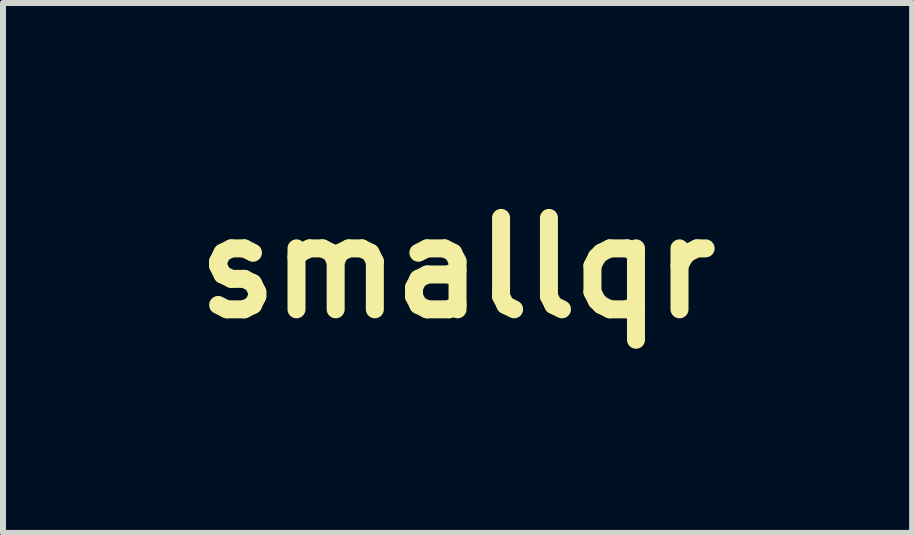
<source format=kicad_pcb>
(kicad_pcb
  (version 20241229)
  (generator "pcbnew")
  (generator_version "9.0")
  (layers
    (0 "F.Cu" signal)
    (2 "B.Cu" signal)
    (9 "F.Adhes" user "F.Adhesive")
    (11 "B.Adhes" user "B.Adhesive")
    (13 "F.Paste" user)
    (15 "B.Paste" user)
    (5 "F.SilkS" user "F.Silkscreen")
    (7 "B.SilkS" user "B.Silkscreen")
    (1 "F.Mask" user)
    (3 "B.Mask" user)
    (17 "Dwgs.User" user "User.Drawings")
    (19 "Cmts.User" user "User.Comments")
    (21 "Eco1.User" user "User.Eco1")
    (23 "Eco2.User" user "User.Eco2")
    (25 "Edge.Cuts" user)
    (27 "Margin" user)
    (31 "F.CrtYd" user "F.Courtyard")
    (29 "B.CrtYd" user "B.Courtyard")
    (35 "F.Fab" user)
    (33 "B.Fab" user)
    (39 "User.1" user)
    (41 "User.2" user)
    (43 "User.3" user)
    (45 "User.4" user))
  (footprint "smallqr"
    (layer "F.Cu")
    (at 4.579 1.418)
    (property "Reference" "smallqr" (at 0 0 0) (layer "F.SilkS") (effects (font (size 1.524 1.524) (thickness 0.3))))
    (attr through_hole)
    (fp_poly (pts (xy -0.677 0.466) (xy -0.72 0.508) (xy -0.762 0.466) (xy -0.72 0.423) (xy -0.677 0.466)) (stroke (width 0.01) (type solid)) (fill no) (layer "Eco2.User"))
    (fp_poly (pts (xy 0.085 -1.058) (xy 0.042 -1.016) (xy 0 -1.058) (xy 0.042 -1.101) (xy 0.085 -1.058)) (stroke (width 0.01) (type solid)) (fill no) (layer "Eco2.User"))
    (fp_poly (pts (xy 0.677 0.635) (xy 0.635 0.677) (xy 0.593 0.635) (xy 0.635 0.593) (xy 0.677 0.635)) (stroke (width 0.01) (type solid)) (fill no) (layer "Eco2.User"))
    (fp_poly (pts (xy -0.535 1) (xy -0.525 1.132) (xy -0.542 1.162) (xy -0.58 1.137) (xy -0.586 1.051) (xy -0.565 0.961) (xy -0.535 1)) (stroke (width 0.01) (type solid)) (fill no) (layer "Eco2.User"))
    (fp_poly (pts (xy -0.861 -1.033) (xy -0.847 -0.974) (xy -0.914 -0.861) (xy -0.974 -0.847) (xy -1.086 -0.914) (xy -1.101 -0.974) (xy -1.033 -1.086) (xy -0.974 -1.101) (xy -0.861 -1.033)) (stroke (width 0.01) (type solid)) (fill no) (layer "Eco2.User"))
    (fp_poly (pts (xy -0.861 0.83) (xy -0.847 0.889) (xy -0.914 1.001) (xy -0.974 1.016) (xy -1.086 0.948) (xy -1.101 0.889) (xy -1.033 0.777) (xy -0.974 0.762) (xy -0.861 0.83)) (stroke (width 0.01) (type solid)) (fill no) (layer "Eco2.User"))
    (fp_poly (pts (xy -0.027 -1.215) (xy -0.042 -1.185) (xy -0.122 -1.104) (xy -0.137 -1.101) (xy -0.143 -1.155) (xy -0.127 -1.185) (xy -0.047 -1.266) (xy -0.032 -1.27) (xy -0.027 -1.215)) (stroke (width 0.01) (type solid)) (fill no) (layer "Eco2.User"))
    (fp_poly (pts (xy 1.001 -1.033) (xy 1.016 -0.974) (xy 0.948 -0.861) (xy 0.889 -0.847) (xy 0.777 -0.914) (xy 0.762 -0.974) (xy 0.83 -1.086) (xy 0.889 -1.101) (xy 1.001 -1.033)) (stroke (width 0.01) (type solid)) (fill no) (layer "Eco2.User"))
    (fp_poly (pts (xy 0.288 -0.021) (xy 0.308 0.043) (xy 0.261 0.068) (xy 0.194 0.114) (xy 0.263 0.175) (xy 0.338 0.259) (xy 0.33 0.291) (xy 0.237 0.282) (xy 0.121 0.212) (xy 0.014 0.108) (xy 0.044 0.033) (xy 0.081 0.007) (xy 0.23 -0.036) (xy 0.288 -0.021)) (stroke (width 0.01) (type solid)) (fill no) (layer "Eco2.User"))
    (fp_poly (pts (xy 1.143 0.545) (xy 1.176 0.681) (xy 1.172 0.847) (xy 1.143 1.059) (xy 1.093 1.177) (xy 1.075 1.185) (xy 1.033 1.123) (xy 1.047 1.058) (xy 1.038 0.949) (xy 0.992 0.93) (xy 0.95 0.901) (xy 1.011 0.852) (xy 1.088 0.767) (xy 1.029 0.651) (xy 1.021 0.641) (xy 0.956 0.538) (xy 1.024 0.508) (xy 1.051 0.508) (xy 1.143 0.545)) (stroke (width 0.01) (type solid)) (fill no) (layer "Eco2.User"))
    (fp_poly (pts (xy -0.775 -1.257) (xy -0.694 -1.183) (xy -0.677 -0.996) (xy -0.677 -0.974) (xy -0.69 -0.775) (xy -0.764 -0.694) (xy -0.951 -0.677) (xy -0.974 -0.677) (xy -1.172 -0.69) (xy -1.254 -0.764) (xy -1.27 -0.951) (xy -1.27 -0.974) (xy -1.185 -0.974) (xy -1.15 -0.813) (xy -1.013 -0.763) (xy -0.974 -0.762) (xy -0.813 -0.797) (xy -0.763 -0.935) (xy -0.762 -0.974) (xy -0.797 -1.135) (xy -0.935 -1.184) (xy -0.974 -1.185) (xy -1.135 -1.15) (xy -1.184 -1.013) (xy -1.185 -0.974) (xy -1.27 -0.974) (xy -1.257 -1.172) (xy -1.183 -1.254) (xy -0.996 -1.27) (xy -0.974 -1.27) (xy -0.775 -1.257)) (stroke (width 0.01) (type solid)) (fill no) (layer "Eco2.User"))
    (fp_poly (pts (xy -0.775 0.606) (xy -0.694 0.68) (xy -0.677 0.866) (xy -0.677 0.889) (xy -0.69 1.088) (xy -0.764 1.169) (xy -0.951 1.185) (xy -0.974 1.185) (xy -1.172 1.172) (xy -1.254 1.098) (xy -1.27 0.912) (xy -1.27 0.889) (xy -1.185 0.889) (xy -1.15 1.05) (xy -1.013 1.1) (xy -0.974 1.101) (xy -0.813 1.066) (xy -0.763 0.928) (xy -0.762 0.889) (xy -0.797 0.728) (xy -0.935 0.678) (xy -0.974 0.677) (xy -1.135 0.712) (xy -1.184 0.85) (xy -1.185 0.889) (xy -1.27 0.889) (xy -1.257 0.69) (xy -1.183 0.609) (xy -0.996 0.593) (xy -0.974 0.593) (xy -0.775 0.606)) (stroke (width 0.01) (type solid)) (fill no) (layer "Eco2.User"))
    (fp_poly (pts (xy 1.088 -1.257) (xy 1.169 -1.183) (xy 1.185 -0.996) (xy 1.185 -0.974) (xy 1.172 -0.775) (xy 1.098 -0.694) (xy 0.912 -0.677) (xy 0.889 -0.677) (xy 0.69 -0.69) (xy 0.609 -0.764) (xy 0.593 -0.951) (xy 0.593 -0.974) (xy 0.677 -0.974) (xy 0.712 -0.813) (xy 0.85 -0.763) (xy 0.889 -0.762) (xy 1.05 -0.797) (xy 1.1 -0.935) (xy 1.101 -0.974) (xy 1.066 -1.135) (xy 0.928 -1.184) (xy 0.889 -1.185) (xy 0.728 -1.15) (xy 0.678 -1.013) (xy 0.677 -0.974) (xy 0.593 -0.974) (xy 0.606 -1.172) (xy 0.68 -1.254) (xy 0.866 -1.27) (xy 0.889 -1.27) (xy 1.088 -1.257)) (stroke (width 0.01) (type solid)) (fill no) (layer "Eco2.User"))
    (fp_poly (pts (xy 0.979 -0.524) (xy 0.974 -0.515) (xy 0.952 -0.43) (xy 1.031 -0.443) (xy 1.109 -0.441) (xy 1.149 -0.335) (xy 1.163 -0.093) (xy 1.163 -0.076) (xy 1.152 0.173) (xy 1.119 0.345) (xy 1.095 0.384) (xy 1.054 0.341) (xy 1.044 0.178) (xy 1.047 0.125) (xy 1.032 -0.12) (xy 0.966 -0.31) (xy 0.957 -0.322) (xy 0.884 -0.401) (xy 0.871 -0.351) (xy 0.895 -0.212) (xy 0.942 0.005) (xy 0.978 0.148) (xy 0.96 0.244) (xy 0.929 0.254) (xy 0.858 0.182) (xy 0.83 0.01) (xy 0.841 -0.119) (xy 0.795 -0.229) (xy 0.764 -0.252) (xy 0.749 -0.342) (xy 0.859 -0.472) (xy 0.967 -0.551) (xy 0.979 -0.524)) (stroke (width 0.01) (type solid)) (fill no) (layer "Eco2.User"))
    (fp_poly (pts (xy -0.277 0.497) (xy -0.285 0.523) (xy -0.264 0.692) (xy -0.208 0.765) (xy -0.128 0.884) (xy -0.134 0.943) (xy -0.126 1) (xy -0.099 0.997) (xy -0.03 1.032) (xy -0.03 1.054) (xy -0.11 1.127) (xy -0.259 1.144) (xy -0.381 1.097) (xy -0.392 1.083) (xy -0.39 1.058) (xy -0.339 1.058) (xy -0.296 1.101) (xy -0.254 1.058) (xy -0.296 1.016) (xy -0.339 1.058) (xy -0.39 1.058) (xy -0.382 0.966) (xy -0.325 0.873) (xy -0.262 0.779) (xy -0.327 0.775) (xy -0.403 0.798) (xy -0.546 0.817) (xy -0.59 0.718) (xy -0.591 0.662) (xy -0.575 0.538) (xy -0.524 0.571) (xy -0.517 0.582) (xy -0.443 0.645) (xy -0.358 0.563) (xy -0.342 0.539) (xy -0.274 0.445) (xy -0.277 0.497)) (stroke (width 0.01) (type solid)) (fill no) (layer "Eco2.User"))
    (fp_poly (pts (xy -0.372 -1.219) (xy -0.396 -1.192) (xy -0.455 -1.043) (xy -0.42 -0.902) (xy -0.321 -0.847) (xy -0.271 -0.908) (xy -0.283 -0.969) (xy -0.279 -1.055) (xy -0.207 -1.045) (xy -0.104 -0.988) (xy -0.104 -0.896) (xy -0.17 -0.762) (xy -0.208 -0.601) (xy -0.168 -0.55) (xy -0.112 -0.459) (xy -0.12 -0.434) (xy -0.073 -0.389) (xy 0.093 -0.356) (xy 0.132 -0.353) (xy 0.339 -0.368) (xy 0.426 -0.434) (xy 0.407 -0.466) (xy 0.508 -0.466) (xy 0.55 -0.423) (xy 0.593 -0.466) (xy 0.55 -0.508) (xy 0.508 -0.466) (xy 0.407 -0.466) (xy 0.37 -0.529) (xy 0.339 -0.55) (xy 0.261 -0.544) (xy 0.254 -0.513) (xy 0.199 -0.427) (xy 0.179 -0.423) (xy 0.121 -0.493) (xy 0.115 -0.572) (xy 0.077 -0.686) (xy 0.021 -0.699) (xy -0.078 -0.713) (xy -0.066 -0.787) (xy -0.041 -0.807) (xy 0.12 -0.807) (xy 0.127 -0.762) (xy 0.199 -0.681) (xy 0.212 -0.677) (xy 0.279 -0.736) (xy 0.296 -0.762) (xy 0.276 -0.834) (xy 0.212 -0.847) (xy 0.12 -0.807) (xy -0.041 -0.807) (xy 0.038 -0.869) (xy 0.092 -0.891) (xy 0.225 -0.988) (xy 0.226 -1.114) (xy 0.227 -1.24) (xy 0.317 -1.254) (xy 0.459 -1.166) (xy 0.491 -1.11) (xy 0.483 -1.035) (xy 0.434 -1.052) (xy 0.348 -1.072) (xy 0.368 -0.962) (xy 0.432 -0.831) (xy 0.483 -0.711) (xy 0.438 -0.711) (xy 0.421 -0.721) (xy 0.349 -0.731) (xy 0.358 -0.668) (xy 0.463 -0.579) (xy 0.538 -0.575) (xy 0.662 -0.562) (xy 0.67 -0.478) (xy 0.578 -0.358) (xy 0.401 -0.238) (xy 0.381 -0.229) (xy 0.171 -0.148) (xy 0.087 -0.169) (xy 0.085 -0.187) (xy 0.043 -0.207) (xy -0.043 -0.122) (xy -0.126 -0.029) (xy -0.128 -0.079) (xy -0.122 -0.095) (xy -0.142 -0.237) (xy -0.202 -0.281) (xy -0.293 -0.281) (xy -0.283 -0.207) (xy -0.3 -0.101) (xy -0.363 -0.085) (xy -0.502 -0.016) (xy -0.539 0.042) (xy -0.639 0.151) (xy -0.696 0.163) (xy -0.759 0.145) (xy -0.699 0.113) (xy -0.6 0.022) (xy -0.593 -0.012) (xy -0.644 -0.057) (xy -0.673 -0.045) (xy -0.723 -0.071) (xy -0.72 -0.167) (xy -0.72 -0.214) (xy -0.642 -0.214) (xy -0.635 -0.169) (xy -0.563 -0.089) (xy -0.55 -0.085) (xy -0.483 -0.144) (xy -0.466 -0.169) (xy -0.486 -0.241) (xy -0.55 -0.254) (xy -0.642 -0.214) (xy -0.72 -0.214) (xy -0.72 -0.304) (xy -0.753 -0.339) (xy -0.871 -0.28) (xy -0.867 -0.13) (xy -0.844 -0.08) (xy -0.811 0.059) (xy -0.866 0.105) (xy -0.867 0.151) (xy -0.739 0.219) (xy -0.698 0.234) (xy -0.52 0.282) (xy -0.436 0.277) (xy -0.435 0.27) (xy -0.425 0.081) (xy -0.341 0.000323) (xy -0.334 0) (xy -0.284 0.052) (xy -0.298 0.087) (xy -0.286 0.151) (xy -0.239 0.15) (xy -0.152 0.191) (xy -0.15 0.239) (xy -0.128 0.312) (xy -0.093 0.301) (xy 0.018 0.311) (xy 0.042 0.339) (xy 0.144 0.389) (xy 0.175 0.377) (xy 0.247 0.394) (xy 0.254 0.431) (xy 0.3 0.449) (xy 0.41 0.353) (xy 0.423 0.339) (xy 0.557 0.176) (xy 0.576 0.112) (xy 0.484 0.124) (xy 0.445 0.137) (xy 0.355 0.156) (xy 0.396 0.103) (xy 0.461 0.049) (xy 0.549 -0.049) (xy 0.519 -0.085) (xy 0.454 -0.134) (xy 0.466 -0.169) (xy 0.566 -0.251) (xy 0.588 -0.254) (xy 0.659 -0.183) (xy 0.698 -0.022) (xy 0.695 0.149) (xy 0.656 0.242) (xy 0.644 0.303) (xy 0.729 0.31) (xy 0.831 0.334) (xy 0.878 0.455) (xy 0.89 0.635) (xy 0.881 0.956) (xy 0.835 1.132) (xy 0.748 1.185) (xy 0.701 1.136) (xy 0.709 1.118) (xy 0.707 0.997) (xy 0.675 0.928) (xy 0.588 0.851) (xy 0.495 0.911) (xy 0.434 0.997) (xy 0.491 1.016) (xy 0.586 1.071) (xy 0.593 1.1) (xy 0.529 1.165) (xy 0.382 1.163) (xy 0.216 1.105) (xy 0.097 1.004) (xy 0.097 1.004) (xy 0.051 0.872) (xy 0.109 0.817) (xy 0.167 0.779) (xy 0.108 0.769) (xy 0.045 0.701) (xy 0.061 0.614) (xy 0.064 0.603) (xy 0.174 0.603) (xy 0.242 0.66) (xy 0.307 0.75) (xy 0.263 0.799) (xy 0.179 0.898) (xy 0.189 0.985) (xy 0.275 0.995) (xy 0.365 0.892) (xy 0.381 0.804) (xy 0.321 0.657) (xy 0.287 0.635) (xy 0.508 0.635) (xy 0.576 0.747) (xy 0.635 0.762) (xy 0.747 0.694) (xy 0.762 0.635) (xy 0.694 0.523) (xy 0.635 0.508) (xy 0.523 0.576) (xy 0.508 0.635) (xy 0.287 0.635) (xy 0.254 0.614) (xy 0.174 0.603) (xy 0.064 0.603) (xy 0.087 0.515) (xy 0.023 0.543) (xy -0.028 0.583) (xy -0.132 0.657) (xy -0.137 0.609) (xy -0.12 0.562) (xy -0.131 0.441) (xy -0.278 0.406) (xy -0.372 0.417) (xy -0.5 0.402) (xy -0.692 0.346) (xy -0.857 0.302) (xy -0.889 0.335) (xy -0.878 0.356) (xy -0.878 0.418) (xy -0.949 0.402) (xy -1.106 0.399) (xy -1.158 0.43) (xy -1.218 0.426) (xy -1.236 0.302) (xy -1.213 0.162) (xy -1.167 0.138) (xy -1.138 0.235) (xy -1.155 0.273) (xy -1.16 0.326) (xy -1.128 0.313) (xy -1.068 0.197) (xy -1.061 0.067) (xy -1.043 -0.129) (xy -1 -0.225) (xy -0.975 -0.342) (xy -1.007 -0.375) (xy -1.11 -0.356) (xy -1.178 -0.277) (xy -1.238 -0.195) (xy -1.255 -0.255) (xy -1.249 -0.36) (xy -1.194 -0.534) (xy -1.09 -0.596) (xy -0.981 -0.52) (xy -0.98 -0.518) (xy -0.877 -0.44) (xy -0.731 -0.394) (xy -0.615 -0.399) (xy -0.593 -0.431) (xy -0.665 -0.495) (xy -0.783 -0.518) (xy -0.91 -0.529) (xy -0.874 -0.552) (xy -0.804 -0.57) (xy -0.635 -0.649) (xy -0.573 -0.708) (xy -0.525 -0.715) (xy -0.495 -0.607) (xy -0.495 -0.443) (xy -0.503 -0.388) (xy -0.464 -0.368) (xy -0.392 -0.414) (xy -0.32 -0.502) (xy -0.335 -0.617) (xy -0.389 -0.72) (xy -0.339 -0.72) (xy -0.296 -0.677) (xy -0.254 -0.72) (xy -0.296 -0.762) (xy -0.339 -0.72) (xy -0.389 -0.72) (xy -0.431 -0.798) (xy -0.532 -0.984) (xy -0.546 -1.088) (xy -0.473 -1.17) (xy -0.446 -1.191) (xy -0.349 -1.259) (xy -0.372 -1.219)) (stroke (width 0.01) (type solid)) (fill no) (layer "Eco2.User")))
  (gr_rect
    (start -3 -3)
    (end 12.159 5.836)
    (stroke (width 0.1) (type default))
    (fill no)
    (layer "Edge.Cuts")))
</source>
